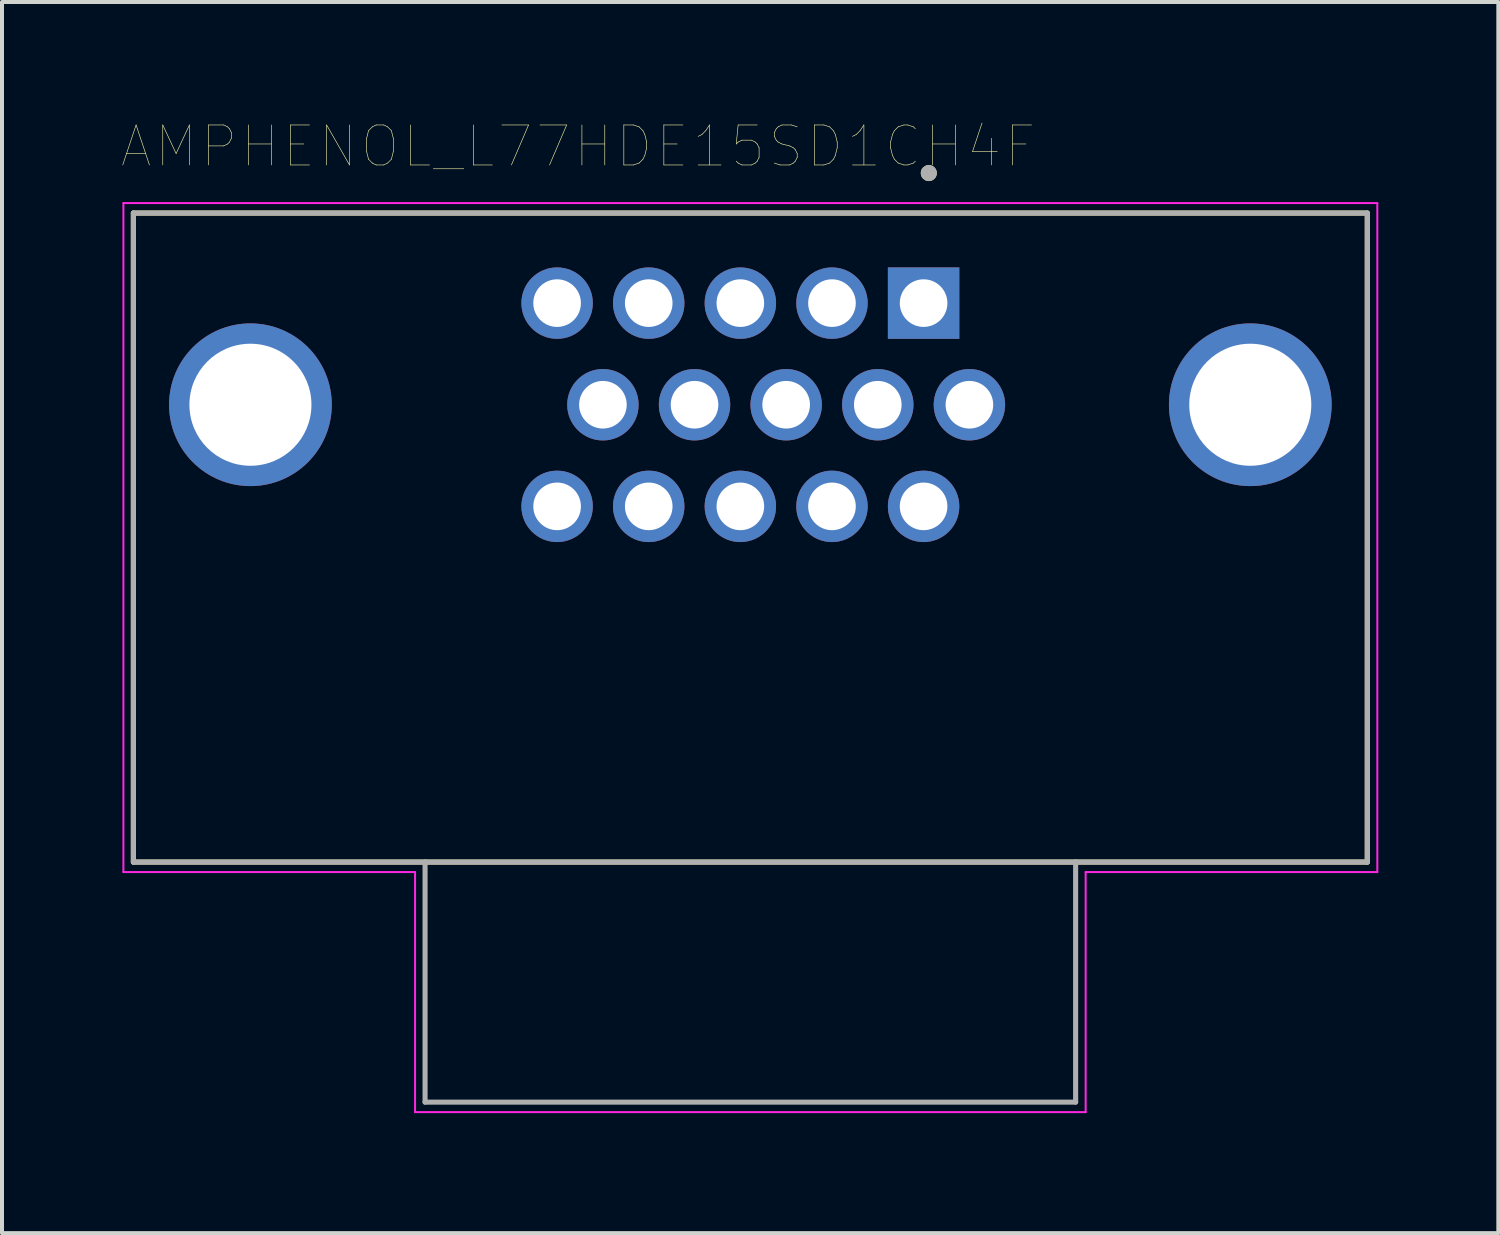
<source format=kicad_pcb>
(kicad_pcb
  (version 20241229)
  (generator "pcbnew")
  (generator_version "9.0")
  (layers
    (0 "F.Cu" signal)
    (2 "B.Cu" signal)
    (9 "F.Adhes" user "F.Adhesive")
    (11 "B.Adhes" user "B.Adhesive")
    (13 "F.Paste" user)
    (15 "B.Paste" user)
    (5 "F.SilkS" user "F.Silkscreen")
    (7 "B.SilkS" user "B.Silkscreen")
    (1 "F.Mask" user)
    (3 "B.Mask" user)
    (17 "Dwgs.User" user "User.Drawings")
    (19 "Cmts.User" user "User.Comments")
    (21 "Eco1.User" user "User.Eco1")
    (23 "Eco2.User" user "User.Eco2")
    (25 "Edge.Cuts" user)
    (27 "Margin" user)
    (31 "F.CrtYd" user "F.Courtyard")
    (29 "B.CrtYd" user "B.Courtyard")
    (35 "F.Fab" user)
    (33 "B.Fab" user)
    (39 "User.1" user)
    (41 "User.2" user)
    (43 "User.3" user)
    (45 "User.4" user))
  (footprint "AMPHENOL_L77HDE15SD1CH4F"
    (layer "F.Cu")
    (at 15.704 7.066)
    (property "Reference" "AMPHENOL_L77HDE15SD1CH4F" (at -4.305 -6.455 0) (layer "F.SilkS") (effects (font (size 1 1) (thickness 0.015))))
    (attr through_hole)
    (fp_line (start -15.42 -4.79) (end -15.42 11.43) (stroke (width 0.127) (type solid)) (layer "F.SilkS"))
    (fp_line (start -15.42 11.43) (end 15.42 11.43) (stroke (width 0.127) (type solid)) (layer "F.SilkS"))
    (fp_line (start 15.42 -4.79) (end -15.42 -4.79) (stroke (width 0.127) (type solid)) (layer "F.SilkS"))
    (fp_line (start 15.42 11.43) (end 15.42 -4.79) (stroke (width 0.127) (type solid)) (layer "F.SilkS"))
    (fp_circle (center 4.46 -5.79) (end 4.56 -5.79) (stroke (width 0.2) (type solid)) (fill no) (layer "F.SilkS"))
    (fp_line (start -15.67 -5.04) (end -15.67 11.68) (stroke (width 0.05) (type solid)) (layer "F.CrtYd"))
    (fp_line (start -15.67 11.68) (end -8.38 11.68) (stroke (width 0.05) (type solid)) (layer "F.CrtYd"))
    (fp_line (start -8.38 11.68) (end -8.38 17.68) (stroke (width 0.05) (type solid)) (layer "F.CrtYd"))
    (fp_line (start -8.38 17.68) (end 8.38 17.68) (stroke (width 0.05) (type solid)) (layer "F.CrtYd"))
    (fp_line (start 8.38 11.68) (end 15.67 11.68) (stroke (width 0.05) (type solid)) (layer "F.CrtYd"))
    (fp_line (start 8.38 17.68) (end 8.38 11.68) (stroke (width 0.05) (type solid)) (layer "F.CrtYd"))
    (fp_line (start 15.67 -5.04) (end -15.67 -5.04) (stroke (width 0.05) (type solid)) (layer "F.CrtYd"))
    (fp_line (start 15.67 11.68) (end 15.67 -5.04) (stroke (width 0.05) (type solid)) (layer "F.CrtYd"))
    (fp_line (start -15.42 -4.79) (end -15.42 11.43) (stroke (width 0.127) (type solid)) (layer "F.Fab"))
    (fp_line (start -15.42 11.43) (end -8.13 11.43) (stroke (width 0.127) (type solid)) (layer "F.Fab"))
    (fp_line (start -8.13 11.43) (end -8.13 17.43) (stroke (width 0.127) (type solid)) (layer "F.Fab"))
    (fp_line (start -8.13 17.43) (end 8.13 17.43) (stroke (width 0.127) (type solid)) (layer "F.Fab"))
    (fp_line (start 8.13 11.43) (end -8.13 11.43) (stroke (width 0.127) (type solid)) (layer "F.Fab"))
    (fp_line (start 8.13 11.43) (end 15.42 11.43) (stroke (width 0.127) (type solid)) (layer "F.Fab"))
    (fp_line (start 8.13 17.43) (end 8.13 11.43) (stroke (width 0.127) (type solid)) (layer "F.Fab"))
    (fp_line (start 15.42 -4.79) (end -15.42 -4.79) (stroke (width 0.127) (type solid)) (layer "F.Fab"))
    (fp_line (start 15.42 11.43) (end 15.42 -4.79) (stroke (width 0.127) (type solid)) (layer "F.Fab"))
    (fp_circle (center 4.46 -5.79) (end 4.56 -5.79) (stroke (width 0.2) (type solid)) (fill no) (layer "F.Fab"))
    (pad "1" thru_hole rect (at 4.33 -2.54) (size 1.785 1.785) (drill 1.19) (layers "*.Cu" "*.Mask"))
    (pad "2" thru_hole circle (at 2.04 -2.54) (size 1.785 1.785) (drill 1.19) (layers "*.Cu" "*.Mask"))
    (pad "3" thru_hole circle (at -0.25 -2.54) (size 1.785 1.785) (drill 1.19) (layers "*.Cu" "*.Mask"))
    (pad "4" thru_hole circle (at -2.54 -2.54) (size 1.785 1.785) (drill 1.19) (layers "*.Cu" "*.Mask"))
    (pad "5" thru_hole circle (at -4.83 -2.54) (size 1.785 1.785) (drill 1.19) (layers "*.Cu" "*.Mask"))
    (pad "6" thru_hole circle (at 5.475 0) (size 1.785 1.785) (drill 1.19) (layers "*.Cu" "*.Mask"))
    (pad "7" thru_hole circle (at 3.185 0) (size 1.785 1.785) (drill 1.19) (layers "*.Cu" "*.Mask"))
    (pad "8" thru_hole circle (at 0.895 0) (size 1.785 1.785) (drill 1.19) (layers "*.Cu" "*.Mask"))
    (pad "9" thru_hole circle (at -1.395 0) (size 1.785 1.785) (drill 1.19) (layers "*.Cu" "*.Mask"))
    (pad "10" thru_hole circle (at -3.685 0) (size 1.785 1.785) (drill 1.19) (layers "*.Cu" "*.Mask"))
    (pad "11" thru_hole circle (at 4.33 2.54) (size 1.785 1.785) (drill 1.19) (layers "*.Cu" "*.Mask"))
    (pad "12" thru_hole circle (at 2.04 2.54) (size 1.785 1.785) (drill 1.19) (layers "*.Cu" "*.Mask"))
    (pad "13" thru_hole circle (at -0.25 2.54) (size 1.785 1.785) (drill 1.19) (layers "*.Cu" "*.Mask"))
    (pad "14" thru_hole circle (at -2.54 2.54) (size 1.785 1.785) (drill 1.19) (layers "*.Cu" "*.Mask"))
    (pad "15" thru_hole circle (at -4.83 2.54) (size 1.785 1.785) (drill 1.19) (layers "*.Cu" "*.Mask"))
    (pad "S1" thru_hole circle (at -12.495 0) (size 4.066 4.066) (drill 3.05) (layers "*.Cu" "*.Mask"))
    (pad "S2" thru_hole circle (at 12.495 0) (size 4.066 4.066) (drill 3.05) (layers "*.Cu" "*.Mask")))
  (gr_rect
    (start -3 -3)
    (end 34.399 27.771)
    (stroke (width 0.1) (type default))
    (fill no)
    (layer "Edge.Cuts")))
</source>
